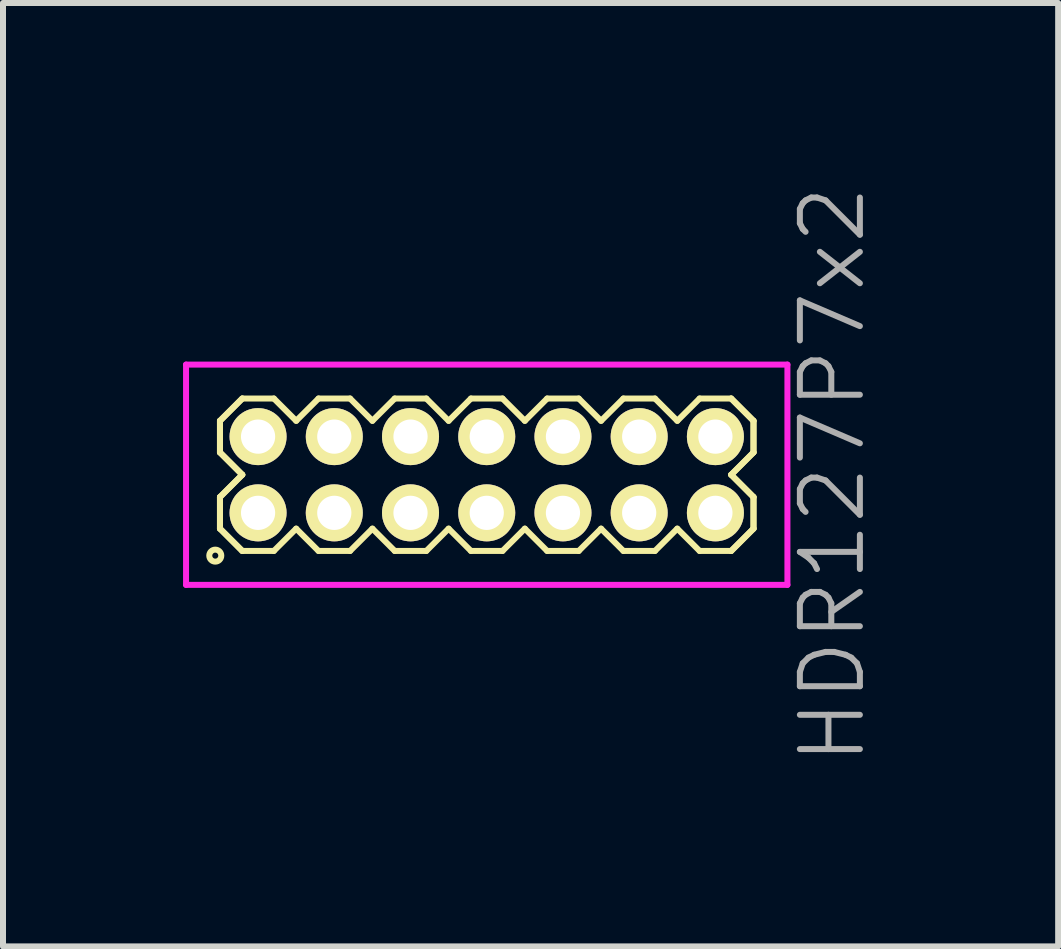
<source format=kicad_pcb>
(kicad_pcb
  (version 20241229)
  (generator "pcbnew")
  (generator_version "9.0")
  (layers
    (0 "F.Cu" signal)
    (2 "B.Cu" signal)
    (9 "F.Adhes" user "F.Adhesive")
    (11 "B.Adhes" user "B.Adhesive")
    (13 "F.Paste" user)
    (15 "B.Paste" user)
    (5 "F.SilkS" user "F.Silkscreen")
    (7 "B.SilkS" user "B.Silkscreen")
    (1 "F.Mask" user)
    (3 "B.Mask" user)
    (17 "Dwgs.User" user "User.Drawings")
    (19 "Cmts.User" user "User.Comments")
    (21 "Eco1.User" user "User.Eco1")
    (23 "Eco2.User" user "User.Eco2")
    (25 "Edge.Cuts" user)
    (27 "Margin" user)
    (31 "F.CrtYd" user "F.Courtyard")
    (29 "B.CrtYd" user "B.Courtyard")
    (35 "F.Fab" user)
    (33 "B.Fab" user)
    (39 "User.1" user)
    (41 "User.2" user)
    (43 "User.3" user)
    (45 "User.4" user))
  (footprint "HDR127P7x2"
    (layer "F.Cu")
    (at 5.06 4.86)
    (property "Reference" "HDR127P7x2" (at 5.76 0 90) (layer "F.Fab") (effects (font (size 1 1) (thickness 0.1))))
    (attr through_hole)
    (fp_line (start -4.445 -0.898) (end -4.073 -1.27) (stroke (width 0.1) (type solid)) (layer "F.SilkS"))
    (fp_line (start -4.445 -0.898) (end -4.073 -1.27) (stroke (width 0.1) (type solid)) (layer "F.SilkS"))
    (fp_line (start -4.445 -0.372) (end -4.445 -0.898) (stroke (width 0.1) (type solid)) (layer "F.SilkS"))
    (fp_line (start -4.445 -0.372) (end -4.445 -0.898) (stroke (width 0.1) (type solid)) (layer "F.SilkS"))
    (fp_line (start -4.445 0.372) (end -4.073 0) (stroke (width 0.1) (type solid)) (layer "F.SilkS"))
    (fp_line (start -4.445 0.372) (end -4.073 0) (stroke (width 0.1) (type solid)) (layer "F.SilkS"))
    (fp_line (start -4.445 0.898) (end -4.445 0.372) (stroke (width 0.1) (type solid)) (layer "F.SilkS"))
    (fp_line (start -4.445 0.898) (end -4.445 0.372) (stroke (width 0.1) (type solid)) (layer "F.SilkS"))
    (fp_line (start -4.073 -1.27) (end -3.547 -1.27) (stroke (width 0.1) (type solid)) (layer "F.SilkS"))
    (fp_line (start -4.073 0) (end -4.445 -0.372) (stroke (width 0.1) (type solid)) (layer "F.SilkS"))
    (fp_line (start -4.073 0) (end -4.445 -0.372) (stroke (width 0.1) (type solid)) (layer "F.SilkS"))
    (fp_line (start -4.073 1.27) (end -4.445 0.898) (stroke (width 0.1) (type solid)) (layer "F.SilkS"))
    (fp_line (start -4.073 1.27) (end -4.445 0.898) (stroke (width 0.1) (type solid)) (layer "F.SilkS"))
    (fp_line (start -3.547 -1.27) (end -3.175 -0.898) (stroke (width 0.1) (type solid)) (layer "F.SilkS"))
    (fp_line (start -3.547 1.27) (end -4.073 1.27) (stroke (width 0.1) (type solid)) (layer "F.SilkS"))
    (fp_line (start -3.175 -0.898) (end -2.803 -1.27) (stroke (width 0.1) (type solid)) (layer "F.SilkS"))
    (fp_line (start -3.175 0.898) (end -3.547 1.27) (stroke (width 0.1) (type solid)) (layer "F.SilkS"))
    (fp_line (start -2.803 -1.27) (end -2.277 -1.27) (stroke (width 0.1) (type solid)) (layer "F.SilkS"))
    (fp_line (start -2.803 1.27) (end -3.175 0.898) (stroke (width 0.1) (type solid)) (layer "F.SilkS"))
    (fp_line (start -2.277 -1.27) (end -1.905 -0.898) (stroke (width 0.1) (type solid)) (layer "F.SilkS"))
    (fp_line (start -2.277 1.27) (end -2.803 1.27) (stroke (width 0.1) (type solid)) (layer "F.SilkS"))
    (fp_line (start -1.905 -0.898) (end -1.533 -1.27) (stroke (width 0.1) (type solid)) (layer "F.SilkS"))
    (fp_line (start -1.905 0.898) (end -2.277 1.27) (stroke (width 0.1) (type solid)) (layer "F.SilkS"))
    (fp_line (start -1.533 -1.27) (end -1.007 -1.27) (stroke (width 0.1) (type solid)) (layer "F.SilkS"))
    (fp_line (start -1.533 1.27) (end -1.905 0.898) (stroke (width 0.1) (type solid)) (layer "F.SilkS"))
    (fp_line (start -1.007 -1.27) (end -0.635 -0.898) (stroke (width 0.1) (type solid)) (layer "F.SilkS"))
    (fp_line (start -1.007 1.27) (end -1.533 1.27) (stroke (width 0.1) (type solid)) (layer "F.SilkS"))
    (fp_line (start -0.635 -0.898) (end -0.263 -1.27) (stroke (width 0.1) (type solid)) (layer "F.SilkS"))
    (fp_line (start -0.635 0.898) (end -1.007 1.27) (stroke (width 0.1) (type solid)) (layer "F.SilkS"))
    (fp_line (start -0.263 -1.27) (end 0.263 -1.27) (stroke (width 0.1) (type solid)) (layer "F.SilkS"))
    (fp_line (start -0.263 1.27) (end -0.635 0.898) (stroke (width 0.1) (type solid)) (layer "F.SilkS"))
    (fp_line (start 0.263 -1.27) (end 0.635 -0.898) (stroke (width 0.1) (type solid)) (layer "F.SilkS"))
    (fp_line (start 0.263 1.27) (end -0.263 1.27) (stroke (width 0.1) (type solid)) (layer "F.SilkS"))
    (fp_line (start 0.635 -0.898) (end 1.007 -1.27) (stroke (width 0.1) (type solid)) (layer "F.SilkS"))
    (fp_line (start 0.635 0.898) (end 0.263 1.27) (stroke (width 0.1) (type solid)) (layer "F.SilkS"))
    (fp_line (start 1.007 -1.27) (end 1.533 -1.27) (stroke (width 0.1) (type solid)) (layer "F.SilkS"))
    (fp_line (start 1.007 1.27) (end 0.635 0.898) (stroke (width 0.1) (type solid)) (layer "F.SilkS"))
    (fp_line (start 1.533 -1.27) (end 1.905 -0.898) (stroke (width 0.1) (type solid)) (layer "F.SilkS"))
    (fp_line (start 1.533 1.27) (end 1.007 1.27) (stroke (width 0.1) (type solid)) (layer "F.SilkS"))
    (fp_line (start 1.905 -0.898) (end 2.277 -1.27) (stroke (width 0.1) (type solid)) (layer "F.SilkS"))
    (fp_line (start 1.905 0.898) (end 1.533 1.27) (stroke (width 0.1) (type solid)) (layer "F.SilkS"))
    (fp_line (start 2.277 -1.27) (end 2.803 -1.27) (stroke (width 0.1) (type solid)) (layer "F.SilkS"))
    (fp_line (start 2.277 1.27) (end 1.905 0.898) (stroke (width 0.1) (type solid)) (layer "F.SilkS"))
    (fp_line (start 2.803 -1.27) (end 3.175 -0.898) (stroke (width 0.1) (type solid)) (layer "F.SilkS"))
    (fp_line (start 2.803 1.27) (end 2.277 1.27) (stroke (width 0.1) (type solid)) (layer "F.SilkS"))
    (fp_line (start 3.175 -0.898) (end 3.547 -1.27) (stroke (width 0.1) (type solid)) (layer "F.SilkS"))
    (fp_line (start 3.175 0.898) (end 2.803 1.27) (stroke (width 0.1) (type solid)) (layer "F.SilkS"))
    (fp_line (start 3.547 -1.27) (end 4.073 -1.27) (stroke (width 0.1) (type solid)) (layer "F.SilkS"))
    (fp_line (start 3.547 1.27) (end 3.175 0.898) (stroke (width 0.1) (type solid)) (layer "F.SilkS"))
    (fp_line (start 4.073 -1.27) (end 4.445 -0.898) (stroke (width 0.1) (type solid)) (layer "F.SilkS"))
    (fp_line (start 4.073 -1.27) (end 4.445 -0.898) (stroke (width 0.1) (type solid)) (layer "F.SilkS"))
    (fp_line (start 4.073 0) (end 4.445 0.372) (stroke (width 0.1) (type solid)) (layer "F.SilkS"))
    (fp_line (start 4.073 0) (end 4.445 0.372) (stroke (width 0.1) (type solid)) (layer "F.SilkS"))
    (fp_line (start 4.073 1.27) (end 3.547 1.27) (stroke (width 0.1) (type solid)) (layer "F.SilkS"))
    (fp_line (start 4.445 -0.898) (end 4.445 -0.372) (stroke (width 0.1) (type solid)) (layer "F.SilkS"))
    (fp_line (start 4.445 -0.898) (end 4.445 -0.372) (stroke (width 0.1) (type solid)) (layer "F.SilkS"))
    (fp_line (start 4.445 -0.372) (end 4.073 0) (stroke (width 0.1) (type solid)) (layer "F.SilkS"))
    (fp_line (start 4.445 -0.372) (end 4.073 0) (stroke (width 0.1) (type solid)) (layer "F.SilkS"))
    (fp_line (start 4.445 0.372) (end 4.445 0.898) (stroke (width 0.1) (type solid)) (layer "F.SilkS"))
    (fp_line (start 4.445 0.372) (end 4.445 0.898) (stroke (width 0.1) (type solid)) (layer "F.SilkS"))
    (fp_line (start 4.445 0.898) (end 4.073 1.27) (stroke (width 0.1) (type solid)) (layer "F.SilkS"))
    (fp_line (start 4.445 0.898) (end 4.073 1.27) (stroke (width 0.1) (type solid)) (layer "F.SilkS"))
    (fp_circle (center -4.523 1.348) (end -4.423 1.348) (stroke (width 0.1) (type solid)) (fill no) (layer "F.SilkS"))
    (fp_line (start -5.01 -1.835) (end -5.01 1.835) (stroke (width 0.1) (type solid)) (layer "F.CrtYd"))
    (fp_line (start -5.01 1.835) (end 5.01 1.835) (stroke (width 0.1) (type solid)) (layer "F.CrtYd"))
    (fp_line (start 5.01 -1.835) (end -5.01 -1.835) (stroke (width 0.1) (type solid)) (layer "F.CrtYd"))
    (fp_line (start 5.01 1.835) (end 5.01 -1.835) (stroke (width 0.1) (type solid)) (layer "F.CrtYd"))
    (pad "1" thru_hole oval (at -3.81 0.635) (size 0.95 0.95) (drill 0.57) (layers "*.Cu" "*.Mask" "F.SilkS"))
    (pad "2" thru_hole oval (at -3.81 -0.635) (size 0.95 0.95) (drill 0.57) (layers "*.Cu" "*.Mask" "F.SilkS"))
    (pad "3" thru_hole oval (at -2.54 0.635) (size 0.95 0.95) (drill 0.57) (layers "*.Cu" "*.Mask" "F.SilkS"))
    (pad "4" thru_hole oval (at -2.54 -0.635) (size 0.95 0.95) (drill 0.57) (layers "*.Cu" "*.Mask" "F.SilkS"))
    (pad "5" thru_hole oval (at -1.27 0.635) (size 0.95 0.95) (drill 0.57) (layers "*.Cu" "*.Mask" "F.SilkS"))
    (pad "6" thru_hole oval (at -1.27 -0.635) (size 0.95 0.95) (drill 0.57) (layers "*.Cu" "*.Mask" "F.SilkS"))
    (pad "7" thru_hole oval (at 0 0.635) (size 0.95 0.95) (drill 0.57) (layers "*.Cu" "*.Mask" "F.SilkS"))
    (pad "8" thru_hole oval (at 0 -0.635) (size 0.95 0.95) (drill 0.57) (layers "*.Cu" "*.Mask" "F.SilkS"))
    (pad "9" thru_hole oval (at 1.27 0.635) (size 0.95 0.95) (drill 0.57) (layers "*.Cu" "*.Mask" "F.SilkS"))
    (pad "10" thru_hole oval (at 1.27 -0.635) (size 0.95 0.95) (drill 0.57) (layers "*.Cu" "*.Mask" "F.SilkS"))
    (pad "11" thru_hole oval (at 2.54 0.635) (size 0.95 0.95) (drill 0.57) (layers "*.Cu" "*.Mask" "F.SilkS"))
    (pad "12" thru_hole oval (at 2.54 -0.635) (size 0.95 0.95) (drill 0.57) (layers "*.Cu" "*.Mask" "F.SilkS"))
    (pad "13" thru_hole oval (at 3.81 0.635) (size 0.95 0.95) (drill 0.57) (layers "*.Cu" "*.Mask" "F.SilkS"))
    (pad "14" thru_hole oval (at 3.81 -0.635) (size 0.95 0.95) (drill 0.57) (layers "*.Cu" "*.Mask" "F.SilkS")))
  (gr_rect
    (start -3 -3)
    (end 14.581 12.719)
    (stroke (width 0.1) (type default))
    (fill no)
    (layer "Edge.Cuts")))
</source>
